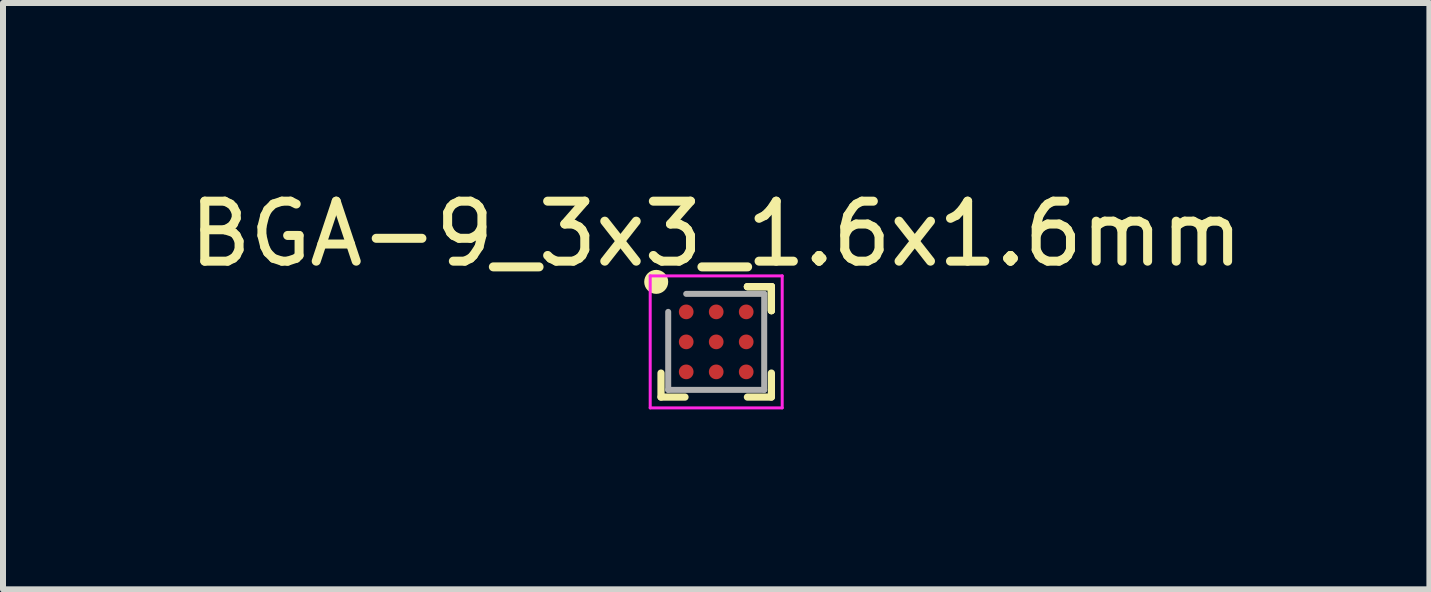
<source format=kicad_pcb>
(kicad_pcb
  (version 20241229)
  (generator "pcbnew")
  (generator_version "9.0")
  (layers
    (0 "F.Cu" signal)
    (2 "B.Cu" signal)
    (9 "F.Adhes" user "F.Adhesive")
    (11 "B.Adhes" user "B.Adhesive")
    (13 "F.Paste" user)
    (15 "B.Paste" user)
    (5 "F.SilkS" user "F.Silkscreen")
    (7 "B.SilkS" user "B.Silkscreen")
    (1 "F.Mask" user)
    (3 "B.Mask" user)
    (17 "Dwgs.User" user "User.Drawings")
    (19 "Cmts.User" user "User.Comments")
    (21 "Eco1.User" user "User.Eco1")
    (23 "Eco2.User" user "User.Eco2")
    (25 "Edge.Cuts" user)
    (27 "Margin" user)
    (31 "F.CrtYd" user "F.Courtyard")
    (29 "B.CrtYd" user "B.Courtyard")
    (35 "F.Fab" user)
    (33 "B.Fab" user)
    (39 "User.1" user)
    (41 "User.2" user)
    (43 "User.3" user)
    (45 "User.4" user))
  (footprint "BGA-9_3x3_1.6x1.6mm"
    (layer "F.Cu")
    (at 8.887 2.648)
    (property "Reference" "BGA-9_3x3_1.6x1.6mm" (at 0 -1.8 0) (layer "F.SilkS") (effects (font (size 1 1) (thickness 0.15))))
    (attr through_hole)
    (fp_line (start -0.92 0.92) (end -0.92 0.52) (stroke (width 0.12) (type solid)) (layer "F.SilkS"))
    (fp_line (start -0.52 0.92) (end -0.92 0.92) (stroke (width 0.12) (type solid)) (layer "F.SilkS"))
    (fp_line (start 0.52 -0.92) (end 0.92 -0.92) (stroke (width 0.12) (type solid)) (layer "F.SilkS"))
    (fp_line (start 0.52 -0.92) (end 0.92 -0.92) (stroke (width 0.12) (type solid)) (layer "F.SilkS"))
    (fp_line (start 0.52 -0.92) (end 0.92 -0.92) (stroke (width 0.12) (type solid)) (layer "F.SilkS"))
    (fp_line (start 0.52 0.92) (end 0.92 0.92) (stroke (width 0.12) (type solid)) (layer "F.SilkS"))
    (fp_line (start 0.92 -0.92) (end 0.92 -0.52) (stroke (width 0.12) (type solid)) (layer "F.SilkS"))
    (fp_line (start 0.92 -0.92) (end 0.92 -0.52) (stroke (width 0.12) (type solid)) (layer "F.SilkS"))
    (fp_line (start 0.92 -0.92) (end 0.92 -0.52) (stroke (width 0.12) (type solid)) (layer "F.SilkS"))
    (fp_line (start 0.92 0.92) (end 0.92 0.52) (stroke (width 0.12) (type solid)) (layer "F.SilkS"))
    (fp_circle (center -1 -1) (end -1 -0.9) (stroke (width 0.2) (type solid)) (fill no) (layer "F.SilkS"))
    (fp_line (start -1.1 -1.1) (end 1.1 -1.1) (stroke (width 0.05) (type solid)) (layer "F.CrtYd"))
    (fp_line (start -1.1 1.1) (end -1.1 -1.1) (stroke (width 0.05) (type solid)) (layer "F.CrtYd"))
    (fp_line (start 1.1 -1.1) (end 1.1 1.1) (stroke (width 0.05) (type solid)) (layer "F.CrtYd"))
    (fp_line (start 1.1 1.1) (end -1.1 1.1) (stroke (width 0.05) (type solid)) (layer "F.CrtYd"))
    (fp_line (start -0.8 -0.5) (end -0.8 0.8) (stroke (width 0.1) (type solid)) (layer "F.Fab"))
    (fp_line (start -0.8 0.8) (end 0.8 0.8) (stroke (width 0.1) (type solid)) (layer "F.Fab"))
    (fp_line (start 0.8 -0.8) (end -0.5 -0.8) (stroke (width 0.1) (type solid)) (layer "F.Fab"))
    (fp_line (start 0.8 0.8) (end 0.8 -0.8) (stroke (width 0.1) (type solid)) (layer "F.Fab"))
    (pad "A1" smd circle (at -0.5 -0.5) (size 0.245 0.245) (layers "F.Cu" "F.Mask" "F.Paste"))
    (pad "A2" smd circle (at 0 -0.5) (size 0.245 0.245) (layers "F.Cu" "F.Mask" "F.Paste"))
    (pad "A3" smd circle (at 0.5 -0.5) (size 0.245 0.245) (layers "F.Cu" "F.Mask" "F.Paste"))
    (pad "B1" smd circle (at -0.5 0) (size 0.245 0.245) (layers "F.Cu" "F.Mask" "F.Paste"))
    (pad "B2" smd circle (at 0 0) (size 0.245 0.245) (layers "F.Cu" "F.Mask" "F.Paste"))
    (pad "B3" smd circle (at 0.5 0) (size 0.245 0.245) (layers "F.Cu" "F.Mask" "F.Paste"))
    (pad "C1" smd circle (at -0.5 0.5) (size 0.245 0.245) (layers "F.Cu" "F.Mask" "F.Paste"))
    (pad "C2" smd circle (at 0 0.5) (size 0.245 0.245) (layers "F.Cu" "F.Mask" "F.Paste"))
    (pad "C3" smd circle (at 0.5 0.5) (size 0.245 0.245) (layers "F.Cu" "F.Mask" "F.Paste")))
  (gr_rect
    (start -3 -3)
    (end 20.774 6.773)
    (stroke (width 0.1) (type default))
    (fill no)
    (layer "Edge.Cuts")))
</source>
